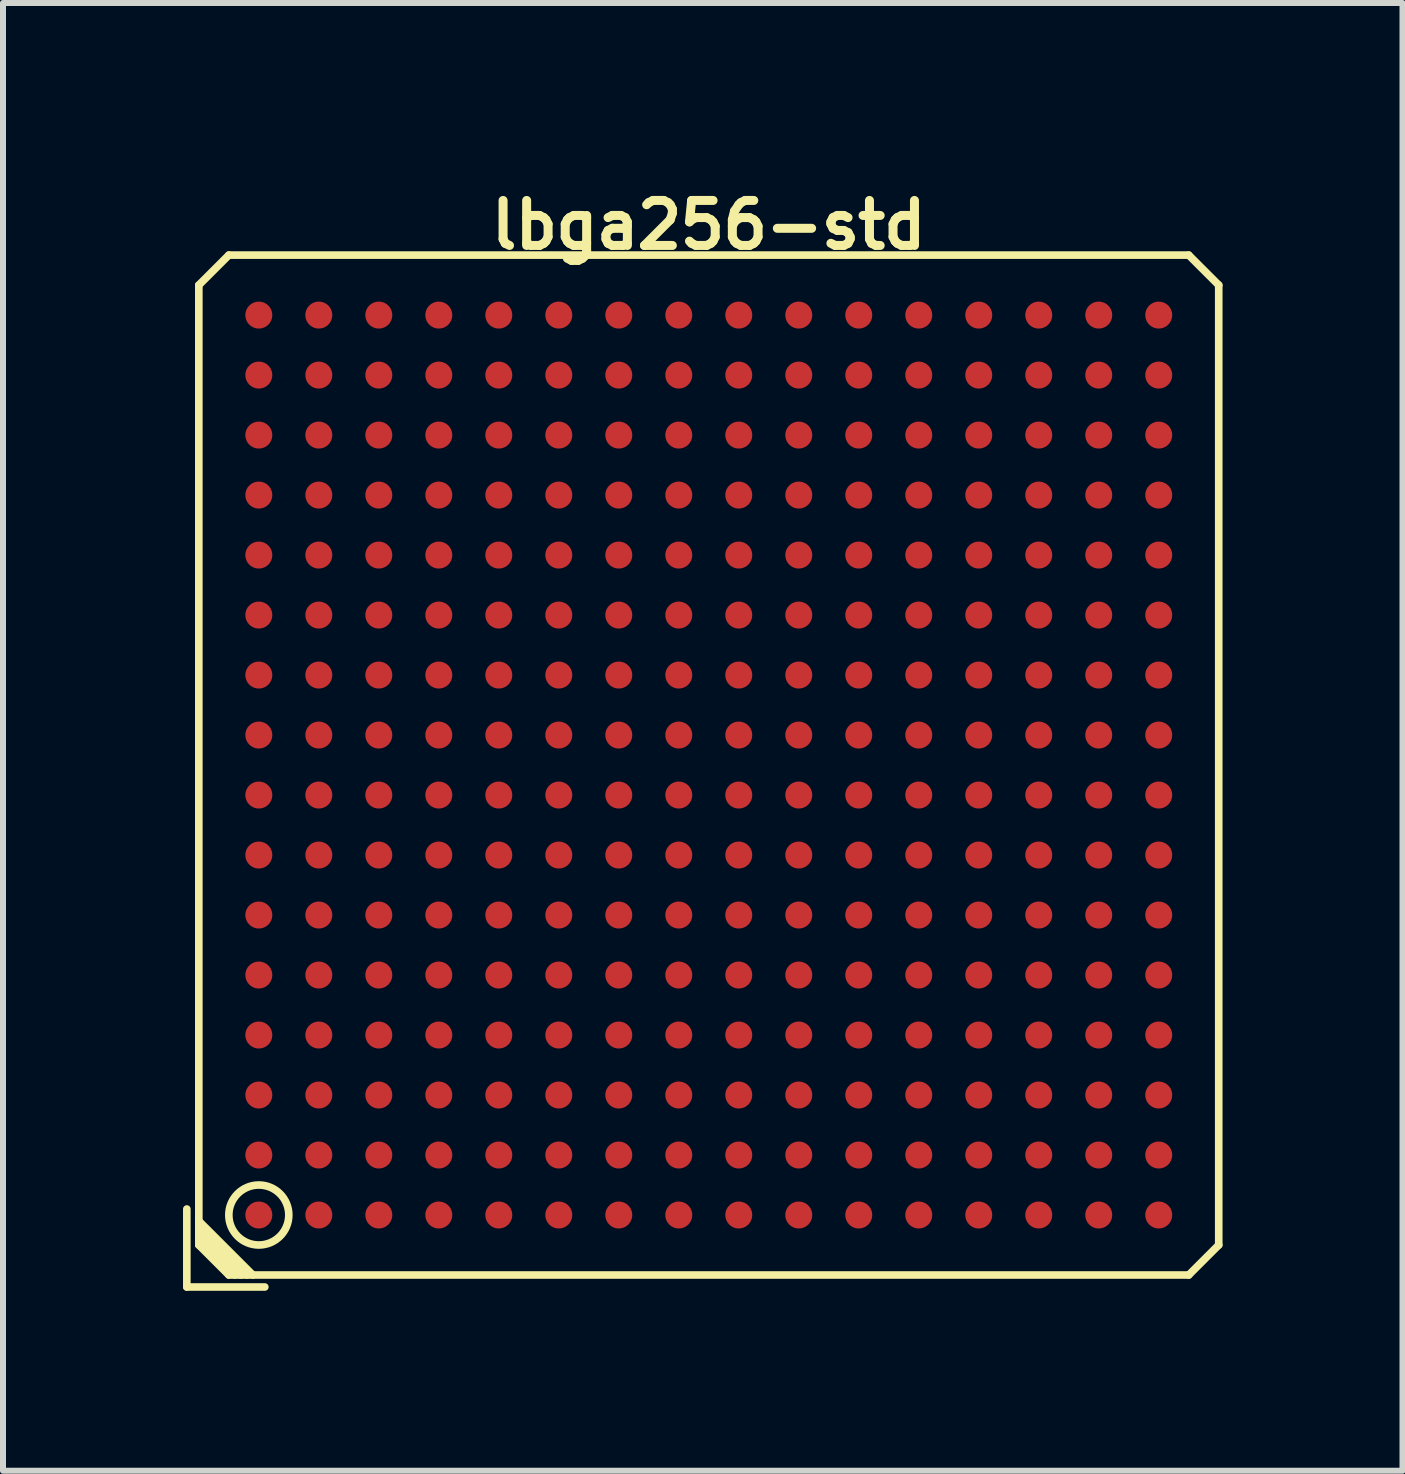
<source format=kicad_pcb>
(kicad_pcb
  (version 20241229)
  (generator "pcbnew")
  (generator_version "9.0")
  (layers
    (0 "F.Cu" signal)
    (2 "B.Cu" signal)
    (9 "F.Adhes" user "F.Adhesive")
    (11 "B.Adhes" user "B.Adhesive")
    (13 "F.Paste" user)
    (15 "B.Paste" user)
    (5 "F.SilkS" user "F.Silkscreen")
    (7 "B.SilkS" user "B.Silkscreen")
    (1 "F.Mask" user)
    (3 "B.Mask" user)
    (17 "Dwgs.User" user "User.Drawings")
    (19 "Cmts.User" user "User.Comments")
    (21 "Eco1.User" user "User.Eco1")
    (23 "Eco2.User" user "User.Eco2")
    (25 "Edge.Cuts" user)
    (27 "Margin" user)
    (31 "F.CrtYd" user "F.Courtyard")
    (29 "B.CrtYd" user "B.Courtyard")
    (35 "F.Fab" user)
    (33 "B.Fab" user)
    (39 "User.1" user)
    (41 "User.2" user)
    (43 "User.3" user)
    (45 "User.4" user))
  (footprint "lbga256-std"
    (layer "F.Cu")
    (at 8.764 9.702)
    (property "Reference" "lbga256-std" (at 0 -9 0) (layer "F.SilkS") (effects (font (size 0.75 0.75) (thickness 0.15))))
    (attr through_hole)
    (fp_line (start -8.7 7.4) (end -8.7 8.7) (stroke (width 0.127) (type solid)) (layer "F.SilkS"))
    (fp_line (start -8.7 8.7) (end -7.4 8.7) (stroke (width 0.127) (type solid)) (layer "F.SilkS"))
    (fp_line (start -8.5 -8) (end -8.5 8) (stroke (width 0.127) (type solid)) (layer "F.SilkS"))
    (fp_line (start -8.5 -8) (end -8 -8.5) (stroke (width 0.127) (type solid)) (layer "F.SilkS"))
    (fp_line (start -8.5 7.7) (end -7.7 8.5) (stroke (width 0.127) (type solid)) (layer "F.SilkS"))
    (fp_line (start -8.5 7.9) (end -7.9 8.5) (stroke (width 0.127) (type solid)) (layer "F.SilkS"))
    (fp_line (start -8 8.5) (end -8.5 8) (stroke (width 0.127) (type solid)) (layer "F.SilkS"))
    (fp_line (start -8 8.5) (end 8 8.5) (stroke (width 0.127) (type solid)) (layer "F.SilkS"))
    (fp_line (start -7.8 8.5) (end -8.5 7.8) (stroke (width 0.127) (type solid)) (layer "F.SilkS"))
    (fp_line (start -7.6 8.5) (end -8.5 7.6) (stroke (width 0.127) (type solid)) (layer "F.SilkS"))
    (fp_line (start 8 -8.5) (end -8 -8.5) (stroke (width 0.127) (type solid)) (layer "F.SilkS"))
    (fp_line (start 8 -8.5) (end 8.5 -8) (stroke (width 0.127) (type solid)) (layer "F.SilkS"))
    (fp_line (start 8.5 8) (end 8 8.5) (stroke (width 0.127) (type solid)) (layer "F.SilkS"))
    (fp_line (start 8.5 8) (end 8.5 -8) (stroke (width 0.127) (type solid)) (layer "F.SilkS"))
    (fp_circle (center -7.5 7.5) (end -7.8 7.9) (stroke (width 0.127) (type solid)) (fill no) (layer "F.SilkS"))
    (pad "A1" smd circle (at -7.5 7.5 90) (size 0.45 0.45) (layers "F.Cu" "F.Mask" "F.Paste"))
    (pad "A2" smd circle (at -7.5 6.5 90) (size 0.45 0.45) (layers "F.Cu" "F.Mask" "F.Paste"))
    (pad "A3" smd circle (at -7.5 5.5 90) (size 0.45 0.45) (layers "F.Cu" "F.Mask" "F.Paste"))
    (pad "A4" smd circle (at -7.5 4.5 90) (size 0.45 0.45) (layers "F.Cu" "F.Mask" "F.Paste"))
    (pad "A5" smd circle (at -7.5 3.5 90) (size 0.45 0.45) (layers "F.Cu" "F.Mask" "F.Paste"))
    (pad "A6" smd circle (at -7.5 2.5 90) (size 0.45 0.45) (layers "F.Cu" "F.Mask" "F.Paste"))
    (pad "A7" smd circle (at -7.5 1.5 90) (size 0.45 0.45) (layers "F.Cu" "F.Mask" "F.Paste"))
    (pad "A8" smd circle (at -7.5 0.5 90) (size 0.45 0.45) (layers "F.Cu" "F.Mask" "F.Paste"))
    (pad "A9" smd circle (at -7.5 -0.5 90) (size 0.45 0.45) (layers "F.Cu" "F.Mask" "F.Paste"))
    (pad "A10" smd circle (at -7.5 -1.5 90) (size 0.45 0.45) (layers "F.Cu" "F.Mask" "F.Paste"))
    (pad "A11" smd circle (at -7.5 -2.5 90) (size 0.45 0.45) (layers "F.Cu" "F.Mask" "F.Paste"))
    (pad "A12" smd circle (at -7.5 -3.5 90) (size 0.45 0.45) (layers "F.Cu" "F.Mask" "F.Paste"))
    (pad "A13" smd circle (at -7.5 -4.5 90) (size 0.45 0.45) (layers "F.Cu" "F.Mask" "F.Paste"))
    (pad "A14" smd circle (at -7.5 -5.5 90) (size 0.45 0.45) (layers "F.Cu" "F.Mask" "F.Paste"))
    (pad "A15" smd circle (at -7.5 -6.5 90) (size 0.45 0.45) (layers "F.Cu" "F.Mask" "F.Paste"))
    (pad "A16" smd circle (at -7.5 -7.5 90) (size 0.45 0.45) (layers "F.Cu" "F.Mask" "F.Paste"))
    (pad "B1" smd circle (at -6.5 7.5 90) (size 0.45 0.45) (layers "F.Cu" "F.Mask" "F.Paste"))
    (pad "B2" smd circle (at -6.5 6.5 90) (size 0.45 0.45) (layers "F.Cu" "F.Mask" "F.Paste"))
    (pad "B3" smd circle (at -6.5 5.5 90) (size 0.45 0.45) (layers "F.Cu" "F.Mask" "F.Paste"))
    (pad "B4" smd circle (at -6.5 4.5 90) (size 0.45 0.45) (layers "F.Cu" "F.Mask" "F.Paste"))
    (pad "B5" smd circle (at -6.5 3.5 90) (size 0.45 0.45) (layers "F.Cu" "F.Mask" "F.Paste"))
    (pad "B6" smd circle (at -6.5 2.5 90) (size 0.45 0.45) (layers "F.Cu" "F.Mask" "F.Paste"))
    (pad "B7" smd circle (at -6.5 1.5 90) (size 0.45 0.45) (layers "F.Cu" "F.Mask" "F.Paste"))
    (pad "B8" smd circle (at -6.5 0.5 90) (size 0.45 0.45) (layers "F.Cu" "F.Mask" "F.Paste"))
    (pad "B9" smd circle (at -6.5 -0.5 90) (size 0.45 0.45) (layers "F.Cu" "F.Mask" "F.Paste"))
    (pad "B10" smd circle (at -6.5 -1.5 90) (size 0.45 0.45) (layers "F.Cu" "F.Mask" "F.Paste"))
    (pad "B11" smd circle (at -6.5 -2.5 90) (size 0.45 0.45) (layers "F.Cu" "F.Mask" "F.Paste"))
    (pad "B12" smd circle (at -6.5 -3.5 90) (size 0.45 0.45) (layers "F.Cu" "F.Mask" "F.Paste"))
    (pad "B13" smd circle (at -6.5 -4.5 90) (size 0.45 0.45) (layers "F.Cu" "F.Mask" "F.Paste"))
    (pad "B14" smd circle (at -6.5 -5.5 90) (size 0.45 0.45) (layers "F.Cu" "F.Mask" "F.Paste"))
    (pad "B15" smd circle (at -6.5 -6.5 90) (size 0.45 0.45) (layers "F.Cu" "F.Mask" "F.Paste"))
    (pad "B16" smd circle (at -6.5 -7.5 90) (size 0.45 0.45) (layers "F.Cu" "F.Mask" "F.Paste"))
    (pad "C1" smd circle (at -5.5 7.5 90) (size 0.45 0.45) (layers "F.Cu" "F.Mask" "F.Paste"))
    (pad "C2" smd circle (at -5.5 6.5 90) (size 0.45 0.45) (layers "F.Cu" "F.Mask" "F.Paste"))
    (pad "C3" smd circle (at -5.5 5.5 90) (size 0.45 0.45) (layers "F.Cu" "F.Mask" "F.Paste"))
    (pad "C4" smd circle (at -5.5 4.5 90) (size 0.45 0.45) (layers "F.Cu" "F.Mask" "F.Paste"))
    (pad "C5" smd circle (at -5.5 3.5 90) (size 0.45 0.45) (layers "F.Cu" "F.Mask" "F.Paste"))
    (pad "C6" smd circle (at -5.5 2.5 90) (size 0.45 0.45) (layers "F.Cu" "F.Mask" "F.Paste"))
    (pad "C7" smd circle (at -5.5 1.5 90) (size 0.45 0.45) (layers "F.Cu" "F.Mask" "F.Paste"))
    (pad "C8" smd circle (at -5.5 0.5 90) (size 0.45 0.45) (layers "F.Cu" "F.Mask" "F.Paste"))
    (pad "C9" smd circle (at -5.5 -0.5 90) (size 0.45 0.45) (layers "F.Cu" "F.Mask" "F.Paste"))
    (pad "C10" smd circle (at -5.5 -1.5 90) (size 0.45 0.45) (layers "F.Cu" "F.Mask" "F.Paste"))
    (pad "C11" smd circle (at -5.5 -2.5 90) (size 0.45 0.45) (layers "F.Cu" "F.Mask" "F.Paste"))
    (pad "C12" smd circle (at -5.5 -3.5 90) (size 0.45 0.45) (layers "F.Cu" "F.Mask" "F.Paste"))
    (pad "C13" smd circle (at -5.5 -4.5 90) (size 0.45 0.45) (layers "F.Cu" "F.Mask" "F.Paste"))
    (pad "C14" smd circle (at -5.5 -5.5 90) (size 0.45 0.45) (layers "F.Cu" "F.Mask" "F.Paste"))
    (pad "C15" smd circle (at -5.5 -6.5 90) (size 0.45 0.45) (layers "F.Cu" "F.Mask" "F.Paste"))
    (pad "C16" smd circle (at -5.5 -7.5 90) (size 0.45 0.45) (layers "F.Cu" "F.Mask" "F.Paste"))
    (pad "D1" smd circle (at -4.5 7.5 90) (size 0.45 0.45) (layers "F.Cu" "F.Mask" "F.Paste"))
    (pad "D2" smd circle (at -4.5 6.5 90) (size 0.45 0.45) (layers "F.Cu" "F.Mask" "F.Paste"))
    (pad "D3" smd circle (at -4.5 5.5 90) (size 0.45 0.45) (layers "F.Cu" "F.Mask" "F.Paste"))
    (pad "D4" smd circle (at -4.5 4.5 90) (size 0.45 0.45) (layers "F.Cu" "F.Mask" "F.Paste"))
    (pad "D5" smd circle (at -4.5 3.5 90) (size 0.45 0.45) (layers "F.Cu" "F.Mask" "F.Paste"))
    (pad "D6" smd circle (at -4.5 2.5 90) (size 0.45 0.45) (layers "F.Cu" "F.Mask" "F.Paste"))
    (pad "D7" smd circle (at -4.5 1.5 90) (size 0.45 0.45) (layers "F.Cu" "F.Mask" "F.Paste"))
    (pad "D8" smd circle (at -4.5 0.5 90) (size 0.45 0.45) (layers "F.Cu" "F.Mask" "F.Paste"))
    (pad "D9" smd circle (at -4.5 -0.5 90) (size 0.45 0.45) (layers "F.Cu" "F.Mask" "F.Paste"))
    (pad "D10" smd circle (at -4.5 -1.5 90) (size 0.45 0.45) (layers "F.Cu" "F.Mask" "F.Paste"))
    (pad "D11" smd circle (at -4.5 -2.5 90) (size 0.45 0.45) (layers "F.Cu" "F.Mask" "F.Paste"))
    (pad "D12" smd circle (at -4.5 -3.5 90) (size 0.45 0.45) (layers "F.Cu" "F.Mask" "F.Paste"))
    (pad "D13" smd circle (at -4.5 -4.5 90) (size 0.45 0.45) (layers "F.Cu" "F.Mask" "F.Paste"))
    (pad "D14" smd circle (at -4.5 -5.5 90) (size 0.45 0.45) (layers "F.Cu" "F.Mask" "F.Paste"))
    (pad "D15" smd circle (at -4.5 -6.5 90) (size 0.45 0.45) (layers "F.Cu" "F.Mask" "F.Paste"))
    (pad "D16" smd circle (at -4.5 -7.5 90) (size 0.45 0.45) (layers "F.Cu" "F.Mask" "F.Paste"))
    (pad "E1" smd circle (at -3.5 7.5 90) (size 0.45 0.45) (layers "F.Cu" "F.Mask" "F.Paste"))
    (pad "E2" smd circle (at -3.5 6.5 90) (size 0.45 0.45) (layers "F.Cu" "F.Mask" "F.Paste"))
    (pad "E3" smd circle (at -3.5 5.5 90) (size 0.45 0.45) (layers "F.Cu" "F.Mask" "F.Paste"))
    (pad "E4" smd circle (at -3.5 4.5 90) (size 0.45 0.45) (layers "F.Cu" "F.Mask" "F.Paste"))
    (pad "E5" smd circle (at -3.5 3.5 90) (size 0.45 0.45) (layers "F.Cu" "F.Mask" "F.Paste"))
    (pad "E6" smd circle (at -3.5 2.5 90) (size 0.45 0.45) (layers "F.Cu" "F.Mask" "F.Paste"))
    (pad "E7" smd circle (at -3.5 1.5 90) (size 0.45 0.45) (layers "F.Cu" "F.Mask" "F.Paste"))
    (pad "E8" smd circle (at -3.5 0.5 90) (size 0.45 0.45) (layers "F.Cu" "F.Mask" "F.Paste"))
    (pad "E9" smd circle (at -3.5 -0.5 90) (size 0.45 0.45) (layers "F.Cu" "F.Mask" "F.Paste"))
    (pad "E10" smd circle (at -3.5 -1.5 90) (size 0.45 0.45) (layers "F.Cu" "F.Mask" "F.Paste"))
    (pad "E11" smd circle (at -3.5 -2.5 90) (size 0.45 0.45) (layers "F.Cu" "F.Mask" "F.Paste"))
    (pad "E12" smd circle (at -3.5 -3.5 90) (size 0.45 0.45) (layers "F.Cu" "F.Mask" "F.Paste"))
    (pad "E13" smd circle (at -3.5 -4.5 90) (size 0.45 0.45) (layers "F.Cu" "F.Mask" "F.Paste"))
    (pad "E14" smd circle (at -3.5 -5.5 90) (size 0.45 0.45) (layers "F.Cu" "F.Mask" "F.Paste"))
    (pad "E15" smd circle (at -3.5 -6.5 90) (size 0.45 0.45) (layers "F.Cu" "F.Mask" "F.Paste"))
    (pad "E16" smd circle (at -3.5 -7.5 90) (size 0.45 0.45) (layers "F.Cu" "F.Mask" "F.Paste"))
    (pad "F1" smd circle (at -2.5 7.5 90) (size 0.45 0.45) (layers "F.Cu" "F.Mask" "F.Paste"))
    (pad "F2" smd circle (at -2.5 6.5 90) (size 0.45 0.45) (layers "F.Cu" "F.Mask" "F.Paste"))
    (pad "F3" smd circle (at -2.5 5.5 90) (size 0.45 0.45) (layers "F.Cu" "F.Mask" "F.Paste"))
    (pad "F4" smd circle (at -2.5 4.5 90) (size 0.45 0.45) (layers "F.Cu" "F.Mask" "F.Paste"))
    (pad "F5" smd circle (at -2.5 3.5 90) (size 0.45 0.45) (layers "F.Cu" "F.Mask" "F.Paste"))
    (pad "F6" smd circle (at -2.5 2.5 90) (size 0.45 0.45) (layers "F.Cu" "F.Mask" "F.Paste"))
    (pad "F7" smd circle (at -2.5 1.5 90) (size 0.45 0.45) (layers "F.Cu" "F.Mask" "F.Paste"))
    (pad "F8" smd circle (at -2.5 0.5 90) (size 0.45 0.45) (layers "F.Cu" "F.Mask" "F.Paste"))
    (pad "F9" smd circle (at -2.5 -0.5 90) (size 0.45 0.45) (layers "F.Cu" "F.Mask" "F.Paste"))
    (pad "F10" smd circle (at -2.5 -1.5 90) (size 0.45 0.45) (layers "F.Cu" "F.Mask" "F.Paste"))
    (pad "F11" smd circle (at -2.5 -2.5 90) (size 0.45 0.45) (layers "F.Cu" "F.Mask" "F.Paste"))
    (pad "F12" smd circle (at -2.5 -3.5 90) (size 0.45 0.45) (layers "F.Cu" "F.Mask" "F.Paste"))
    (pad "F13" smd circle (at -2.5 -4.5 90) (size 0.45 0.45) (layers "F.Cu" "F.Mask" "F.Paste"))
    (pad "F14" smd circle (at -2.5 -5.5 90) (size 0.45 0.45) (layers "F.Cu" "F.Mask" "F.Paste"))
    (pad "F15" smd circle (at -2.5 -6.5 90) (size 0.45 0.45) (layers "F.Cu" "F.Mask" "F.Paste"))
    (pad "F16" smd circle (at -2.5 -7.5 90) (size 0.45 0.45) (layers "F.Cu" "F.Mask" "F.Paste"))
    (pad "G1" smd circle (at -1.5 7.5 90) (size 0.45 0.45) (layers "F.Cu" "F.Mask" "F.Paste"))
    (pad "G2" smd circle (at -1.5 6.5 90) (size 0.45 0.45) (layers "F.Cu" "F.Mask" "F.Paste"))
    (pad "G3" smd circle (at -1.5 5.5 90) (size 0.45 0.45) (layers "F.Cu" "F.Mask" "F.Paste"))
    (pad "G4" smd circle (at -1.5 4.5 90) (size 0.45 0.45) (layers "F.Cu" "F.Mask" "F.Paste"))
    (pad "G5" smd circle (at -1.5 3.5 90) (size 0.45 0.45) (layers "F.Cu" "F.Mask" "F.Paste"))
    (pad "G6" smd circle (at -1.5 2.5 90) (size 0.45 0.45) (layers "F.Cu" "F.Mask" "F.Paste"))
    (pad "G7" smd circle (at -1.5 1.5 90) (size 0.45 0.45) (layers "F.Cu" "F.Mask" "F.Paste"))
    (pad "G8" smd circle (at -1.5 0.5 90) (size 0.45 0.45) (layers "F.Cu" "F.Mask" "F.Paste"))
    (pad "G9" smd circle (at -1.5 -0.5 90) (size 0.45 0.45) (layers "F.Cu" "F.Mask" "F.Paste"))
    (pad "G10" smd circle (at -1.5 -1.5 90) (size 0.45 0.45) (layers "F.Cu" "F.Mask" "F.Paste"))
    (pad "G11" smd circle (at -1.5 -2.5 90) (size 0.45 0.45) (layers "F.Cu" "F.Mask" "F.Paste"))
    (pad "G12" smd circle (at -1.5 -3.5 90) (size 0.45 0.45) (layers "F.Cu" "F.Mask" "F.Paste"))
    (pad "G13" smd circle (at -1.5 -4.5 90) (size 0.45 0.45) (layers "F.Cu" "F.Mask" "F.Paste"))
    (pad "G14" smd circle (at -1.5 -5.5 90) (size 0.45 0.45) (layers "F.Cu" "F.Mask" "F.Paste"))
    (pad "G15" smd circle (at -1.5 -6.5 90) (size 0.45 0.45) (layers "F.Cu" "F.Mask" "F.Paste"))
    (pad "G16" smd circle (at -1.5 -7.5 90) (size 0.45 0.45) (layers "F.Cu" "F.Mask" "F.Paste"))
    (pad "H1" smd circle (at -0.5 7.5 90) (size 0.45 0.45) (layers "F.Cu" "F.Mask" "F.Paste"))
    (pad "H2" smd circle (at -0.5 6.5 90) (size 0.45 0.45) (layers "F.Cu" "F.Mask" "F.Paste"))
    (pad "H3" smd circle (at -0.5 5.5 90) (size 0.45 0.45) (layers "F.Cu" "F.Mask" "F.Paste"))
    (pad "H4" smd circle (at -0.5 4.5 90) (size 0.45 0.45) (layers "F.Cu" "F.Mask" "F.Paste"))
    (pad "H5" smd circle (at -0.5 3.5 90) (size 0.45 0.45) (layers "F.Cu" "F.Mask" "F.Paste"))
    (pad "H6" smd circle (at -0.5 2.5 90) (size 0.45 0.45) (layers "F.Cu" "F.Mask" "F.Paste"))
    (pad "H7" smd circle (at -0.5 1.5 90) (size 0.45 0.45) (layers "F.Cu" "F.Mask" "F.Paste"))
    (pad "H8" smd circle (at -0.5 0.5 90) (size 0.45 0.45) (layers "F.Cu" "F.Mask" "F.Paste"))
    (pad "H9" smd circle (at -0.5 -0.5 90) (size 0.45 0.45) (layers "F.Cu" "F.Mask" "F.Paste"))
    (pad "H10" smd circle (at -0.5 -1.5 90) (size 0.45 0.45) (layers "F.Cu" "F.Mask" "F.Paste"))
    (pad "H11" smd circle (at -0.5 -2.5 90) (size 0.45 0.45) (layers "F.Cu" "F.Mask" "F.Paste"))
    (pad "H12" smd circle (at -0.5 -3.5 90) (size 0.45 0.45) (layers "F.Cu" "F.Mask" "F.Paste"))
    (pad "H13" smd circle (at -0.5 -4.5 90) (size 0.45 0.45) (layers "F.Cu" "F.Mask" "F.Paste"))
    (pad "H14" smd circle (at -0.5 -5.5 90) (size 0.45 0.45) (layers "F.Cu" "F.Mask" "F.Paste"))
    (pad "H15" smd circle (at -0.5 -6.5 90) (size 0.45 0.45) (layers "F.Cu" "F.Mask" "F.Paste"))
    (pad "H16" smd circle (at -0.5 -7.5 90) (size 0.45 0.45) (layers "F.Cu" "F.Mask" "F.Paste"))
    (pad "J1" smd circle (at 0.5 7.5 90) (size 0.45 0.45) (layers "F.Cu" "F.Mask" "F.Paste"))
    (pad "J2" smd circle (at 0.5 6.5 90) (size 0.45 0.45) (layers "F.Cu" "F.Mask" "F.Paste"))
    (pad "J3" smd circle (at 0.5 5.5 90) (size 0.45 0.45) (layers "F.Cu" "F.Mask" "F.Paste"))
    (pad "J4" smd circle (at 0.5 4.5 90) (size 0.45 0.45) (layers "F.Cu" "F.Mask" "F.Paste"))
    (pad "J5" smd circle (at 0.5 3.5 90) (size 0.45 0.45) (layers "F.Cu" "F.Mask" "F.Paste"))
    (pad "J6" smd circle (at 0.5 2.5 90) (size 0.45 0.45) (layers "F.Cu" "F.Mask" "F.Paste"))
    (pad "J7" smd circle (at 0.5 1.5 90) (size 0.45 0.45) (layers "F.Cu" "F.Mask" "F.Paste"))
    (pad "J8" smd circle (at 0.5 0.5 90) (size 0.45 0.45) (layers "F.Cu" "F.Mask" "F.Paste"))
    (pad "J9" smd circle (at 0.5 -0.5 90) (size 0.45 0.45) (layers "F.Cu" "F.Mask" "F.Paste"))
    (pad "J10" smd circle (at 0.5 -1.5 90) (size 0.45 0.45) (layers "F.Cu" "F.Mask" "F.Paste"))
    (pad "J11" smd circle (at 0.5 -2.5 90) (size 0.45 0.45) (layers "F.Cu" "F.Mask" "F.Paste"))
    (pad "J12" smd circle (at 0.5 -3.5 90) (size 0.45 0.45) (layers "F.Cu" "F.Mask" "F.Paste"))
    (pad "J13" smd circle (at 0.5 -4.5 90) (size 0.45 0.45) (layers "F.Cu" "F.Mask" "F.Paste"))
    (pad "J14" smd circle (at 0.5 -5.5 90) (size 0.45 0.45) (layers "F.Cu" "F.Mask" "F.Paste"))
    (pad "J15" smd circle (at 0.5 -6.5 90) (size 0.45 0.45) (layers "F.Cu" "F.Mask" "F.Paste"))
    (pad "J16" smd circle (at 0.5 -7.5 90) (size 0.45 0.45) (layers "F.Cu" "F.Mask" "F.Paste"))
    (pad "K1" smd circle (at 1.5 7.5 90) (size 0.45 0.45) (layers "F.Cu" "F.Mask" "F.Paste"))
    (pad "K2" smd circle (at 1.5 6.5 90) (size 0.45 0.45) (layers "F.Cu" "F.Mask" "F.Paste"))
    (pad "K3" smd circle (at 1.5 5.5 90) (size 0.45 0.45) (layers "F.Cu" "F.Mask" "F.Paste"))
    (pad "K4" smd circle (at 1.5 4.5 90) (size 0.45 0.45) (layers "F.Cu" "F.Mask" "F.Paste"))
    (pad "K5" smd circle (at 1.5 3.5 90) (size 0.45 0.45) (layers "F.Cu" "F.Mask" "F.Paste"))
    (pad "K6" smd circle (at 1.5 2.5 90) (size 0.45 0.45) (layers "F.Cu" "F.Mask" "F.Paste"))
    (pad "K7" smd circle (at 1.5 1.5 90) (size 0.45 0.45) (layers "F.Cu" "F.Mask" "F.Paste"))
    (pad "K8" smd circle (at 1.5 0.5 90) (size 0.45 0.45) (layers "F.Cu" "F.Mask" "F.Paste"))
    (pad "K9" smd circle (at 1.5 -0.5 90) (size 0.45 0.45) (layers "F.Cu" "F.Mask" "F.Paste"))
    (pad "K10" smd circle (at 1.5 -1.5 90) (size 0.45 0.45) (layers "F.Cu" "F.Mask" "F.Paste"))
    (pad "K11" smd circle (at 1.5 -2.5 90) (size 0.45 0.45) (layers "F.Cu" "F.Mask" "F.Paste"))
    (pad "K12" smd circle (at 1.5 -3.5 90) (size 0.45 0.45) (layers "F.Cu" "F.Mask" "F.Paste"))
    (pad "K13" smd circle (at 1.5 -4.5 90) (size 0.45 0.45) (layers "F.Cu" "F.Mask" "F.Paste"))
    (pad "K14" smd circle (at 1.5 -5.5 90) (size 0.45 0.45) (layers "F.Cu" "F.Mask" "F.Paste"))
    (pad "K15" smd circle (at 1.5 -6.5 90) (size 0.45 0.45) (layers "F.Cu" "F.Mask" "F.Paste"))
    (pad "K16" smd circle (at 1.5 -7.5 90) (size 0.45 0.45) (layers "F.Cu" "F.Mask" "F.Paste"))
    (pad "L1" smd circle (at 2.5 7.5 90) (size 0.45 0.45) (layers "F.Cu" "F.Mask" "F.Paste"))
    (pad "L2" smd circle (at 2.5 6.5 90) (size 0.45 0.45) (layers "F.Cu" "F.Mask" "F.Paste"))
    (pad "L3" smd circle (at 2.5 5.5 90) (size 0.45 0.45) (layers "F.Cu" "F.Mask" "F.Paste"))
    (pad "L4" smd circle (at 2.5 4.5 90) (size 0.45 0.45) (layers "F.Cu" "F.Mask" "F.Paste"))
    (pad "L5" smd circle (at 2.5 3.5 90) (size 0.45 0.45) (layers "F.Cu" "F.Mask" "F.Paste"))
    (pad "L6" smd circle (at 2.5 2.5 90) (size 0.45 0.45) (layers "F.Cu" "F.Mask" "F.Paste"))
    (pad "L7" smd circle (at 2.5 1.5 90) (size 0.45 0.45) (layers "F.Cu" "F.Mask" "F.Paste"))
    (pad "L8" smd circle (at 2.5 0.5 90) (size 0.45 0.45) (layers "F.Cu" "F.Mask" "F.Paste"))
    (pad "L9" smd circle (at 2.5 -0.5 90) (size 0.45 0.45) (layers "F.Cu" "F.Mask" "F.Paste"))
    (pad "L10" smd circle (at 2.5 -1.5 90) (size 0.45 0.45) (layers "F.Cu" "F.Mask" "F.Paste"))
    (pad "L11" smd circle (at 2.5 -2.5 90) (size 0.45 0.45) (layers "F.Cu" "F.Mask" "F.Paste"))
    (pad "L12" smd circle (at 2.5 -3.5 90) (size 0.45 0.45) (layers "F.Cu" "F.Mask" "F.Paste"))
    (pad "L13" smd circle (at 2.5 -4.5 90) (size 0.45 0.45) (layers "F.Cu" "F.Mask" "F.Paste"))
    (pad "L14" smd circle (at 2.5 -5.5 90) (size 0.45 0.45) (layers "F.Cu" "F.Mask" "F.Paste"))
    (pad "L15" smd circle (at 2.5 -6.5 90) (size 0.45 0.45) (layers "F.Cu" "F.Mask" "F.Paste"))
    (pad "L16" smd circle (at 2.5 -7.5 90) (size 0.45 0.45) (layers "F.Cu" "F.Mask" "F.Paste"))
    (pad "M1" smd circle (at 3.5 7.5 90) (size 0.45 0.45) (layers "F.Cu" "F.Mask" "F.Paste"))
    (pad "M2" smd circle (at 3.5 6.5 90) (size 0.45 0.45) (layers "F.Cu" "F.Mask" "F.Paste"))
    (pad "M3" smd circle (at 3.5 5.5 90) (size 0.45 0.45) (layers "F.Cu" "F.Mask" "F.Paste"))
    (pad "M4" smd circle (at 3.5 4.5 90) (size 0.45 0.45) (layers "F.Cu" "F.Mask" "F.Paste"))
    (pad "M5" smd circle (at 3.5 3.5 90) (size 0.45 0.45) (layers "F.Cu" "F.Mask" "F.Paste"))
    (pad "M6" smd circle (at 3.5 2.5 90) (size 0.45 0.45) (layers "F.Cu" "F.Mask" "F.Paste"))
    (pad "M7" smd circle (at 3.5 1.5 90) (size 0.45 0.45) (layers "F.Cu" "F.Mask" "F.Paste"))
    (pad "M8" smd circle (at 3.5 0.5 90) (size 0.45 0.45) (layers "F.Cu" "F.Mask" "F.Paste"))
    (pad "M9" smd circle (at 3.5 -0.5 90) (size 0.45 0.45) (layers "F.Cu" "F.Mask" "F.Paste"))
    (pad "M10" smd circle (at 3.5 -1.5 90) (size 0.45 0.45) (layers "F.Cu" "F.Mask" "F.Paste"))
    (pad "M11" smd circle (at 3.5 -2.5 90) (size 0.45 0.45) (layers "F.Cu" "F.Mask" "F.Paste"))
    (pad "M12" smd circle (at 3.5 -3.5 90) (size 0.45 0.45) (layers "F.Cu" "F.Mask" "F.Paste"))
    (pad "M13" smd circle (at 3.5 -4.5 90) (size 0.45 0.45) (layers "F.Cu" "F.Mask" "F.Paste"))
    (pad "M14" smd circle (at 3.5 -5.5 90) (size 0.45 0.45) (layers "F.Cu" "F.Mask" "F.Paste"))
    (pad "M15" smd circle (at 3.5 -6.5 90) (size 0.45 0.45) (layers "F.Cu" "F.Mask" "F.Paste"))
    (pad "M16" smd circle (at 3.5 -7.5 90) (size 0.45 0.45) (layers "F.Cu" "F.Mask" "F.Paste"))
    (pad "N1" smd circle (at 4.5 7.5 90) (size 0.45 0.45) (layers "F.Cu" "F.Mask" "F.Paste"))
    (pad "N2" smd circle (at 4.5 6.5 90) (size 0.45 0.45) (layers "F.Cu" "F.Mask" "F.Paste"))
    (pad "N3" smd circle (at 4.5 5.5 90) (size 0.45 0.45) (layers "F.Cu" "F.Mask" "F.Paste"))
    (pad "N4" smd circle (at 4.5 4.5 90) (size 0.45 0.45) (layers "F.Cu" "F.Mask" "F.Paste"))
    (pad "N5" smd circle (at 4.5 3.5 90) (size 0.45 0.45) (layers "F.Cu" "F.Mask" "F.Paste"))
    (pad "N6" smd circle (at 4.5 2.5 90) (size 0.45 0.45) (layers "F.Cu" "F.Mask" "F.Paste"))
    (pad "N7" smd circle (at 4.5 1.5 90) (size 0.45 0.45) (layers "F.Cu" "F.Mask" "F.Paste"))
    (pad "N8" smd circle (at 4.5 0.5 90) (size 0.45 0.45) (layers "F.Cu" "F.Mask" "F.Paste"))
    (pad "N9" smd circle (at 4.5 -0.5 90) (size 0.45 0.45) (layers "F.Cu" "F.Mask" "F.Paste"))
    (pad "N10" smd circle (at 4.5 -1.5 90) (size 0.45 0.45) (layers "F.Cu" "F.Mask" "F.Paste"))
    (pad "N11" smd circle (at 4.5 -2.5 90) (size 0.45 0.45) (layers "F.Cu" "F.Mask" "F.Paste"))
    (pad "N12" smd circle (at 4.5 -3.5 90) (size 0.45 0.45) (layers "F.Cu" "F.Mask" "F.Paste"))
    (pad "N13" smd circle (at 4.5 -4.5 90) (size 0.45 0.45) (layers "F.Cu" "F.Mask" "F.Paste"))
    (pad "N14" smd circle (at 4.5 -5.5 90) (size 0.45 0.45) (layers "F.Cu" "F.Mask" "F.Paste"))
    (pad "N15" smd circle (at 4.5 -6.5 90) (size 0.45 0.45) (layers "F.Cu" "F.Mask" "F.Paste"))
    (pad "N16" smd circle (at 4.5 -7.5 90) (size 0.45 0.45) (layers "F.Cu" "F.Mask" "F.Paste"))
    (pad "P1" smd circle (at 5.5 7.5 90) (size 0.45 0.45) (layers "F.Cu" "F.Mask" "F.Paste"))
    (pad "P2" smd circle (at 5.5 6.5 90) (size 0.45 0.45) (layers "F.Cu" "F.Mask" "F.Paste"))
    (pad "P3" smd circle (at 5.5 5.5 90) (size 0.45 0.45) (layers "F.Cu" "F.Mask" "F.Paste"))
    (pad "P4" smd circle (at 5.5 4.5 90) (size 0.45 0.45) (layers "F.Cu" "F.Mask" "F.Paste"))
    (pad "P5" smd circle (at 5.5 3.5 90) (size 0.45 0.45) (layers "F.Cu" "F.Mask" "F.Paste"))
    (pad "P6" smd circle (at 5.5 2.5 90) (size 0.45 0.45) (layers "F.Cu" "F.Mask" "F.Paste"))
    (pad "P7" smd circle (at 5.5 1.5 90) (size 0.45 0.45) (layers "F.Cu" "F.Mask" "F.Paste"))
    (pad "P8" smd circle (at 5.5 0.5 90) (size 0.45 0.45) (layers "F.Cu" "F.Mask" "F.Paste"))
    (pad "P9" smd circle (at 5.5 -0.5 90) (size 0.45 0.45) (layers "F.Cu" "F.Mask" "F.Paste"))
    (pad "P10" smd circle (at 5.5 -1.5 90) (size 0.45 0.45) (layers "F.Cu" "F.Mask" "F.Paste"))
    (pad "P11" smd circle (at 5.5 -2.5 90) (size 0.45 0.45) (layers "F.Cu" "F.Mask" "F.Paste"))
    (pad "P12" smd circle (at 5.5 -3.5 90) (size 0.45 0.45) (layers "F.Cu" "F.Mask" "F.Paste"))
    (pad "P13" smd circle (at 5.5 -4.5 90) (size 0.45 0.45) (layers "F.Cu" "F.Mask" "F.Paste"))
    (pad "P14" smd circle (at 5.5 -5.5 90) (size 0.45 0.45) (layers "F.Cu" "F.Mask" "F.Paste"))
    (pad "P15" smd circle (at 5.5 -6.5 90) (size 0.45 0.45) (layers "F.Cu" "F.Mask" "F.Paste"))
    (pad "P16" smd circle (at 5.5 -7.5 90) (size 0.45 0.45) (layers "F.Cu" "F.Mask" "F.Paste"))
    (pad "R1" smd circle (at 6.5 7.5 90) (size 0.45 0.45) (layers "F.Cu" "F.Mask" "F.Paste"))
    (pad "R2" smd circle (at 6.5 6.5 90) (size 0.45 0.45) (layers "F.Cu" "F.Mask" "F.Paste"))
    (pad "R3" smd circle (at 6.5 5.5 90) (size 0.45 0.45) (layers "F.Cu" "F.Mask" "F.Paste"))
    (pad "R4" smd circle (at 6.5 4.5 90) (size 0.45 0.45) (layers "F.Cu" "F.Mask" "F.Paste"))
    (pad "R5" smd circle (at 6.5 3.5 90) (size 0.45 0.45) (layers "F.Cu" "F.Mask" "F.Paste"))
    (pad "R6" smd circle (at 6.5 2.5 90) (size 0.45 0.45) (layers "F.Cu" "F.Mask" "F.Paste"))
    (pad "R7" smd circle (at 6.5 1.5 90) (size 0.45 0.45) (layers "F.Cu" "F.Mask" "F.Paste"))
    (pad "R8" smd circle (at 6.5 0.5 90) (size 0.45 0.45) (layers "F.Cu" "F.Mask" "F.Paste"))
    (pad "R9" smd circle (at 6.5 -0.5 90) (size 0.45 0.45) (layers "F.Cu" "F.Mask" "F.Paste"))
    (pad "R10" smd circle (at 6.5 -1.5 90) (size 0.45 0.45) (layers "F.Cu" "F.Mask" "F.Paste"))
    (pad "R11" smd circle (at 6.5 -2.5 90) (size 0.45 0.45) (layers "F.Cu" "F.Mask" "F.Paste"))
    (pad "R12" smd circle (at 6.5 -3.5 90) (size 0.45 0.45) (layers "F.Cu" "F.Mask" "F.Paste"))
    (pad "R13" smd circle (at 6.5 -4.5 90) (size 0.45 0.45) (layers "F.Cu" "F.Mask" "F.Paste"))
    (pad "R14" smd circle (at 6.5 -5.5 90) (size 0.45 0.45) (layers "F.Cu" "F.Mask" "F.Paste"))
    (pad "R15" smd circle (at 6.5 -6.5 90) (size 0.45 0.45) (layers "F.Cu" "F.Mask" "F.Paste"))
    (pad "R16" smd circle (at 6.5 -7.5 90) (size 0.45 0.45) (layers "F.Cu" "F.Mask" "F.Paste"))
    (pad "T1" smd circle (at 7.5 7.5 90) (size 0.45 0.45) (layers "F.Cu" "F.Mask" "F.Paste"))
    (pad "T2" smd circle (at 7.5 6.5 90) (size 0.45 0.45) (layers "F.Cu" "F.Mask" "F.Paste"))
    (pad "T3" smd circle (at 7.5 5.5 90) (size 0.45 0.45) (layers "F.Cu" "F.Mask" "F.Paste"))
    (pad "T4" smd circle (at 7.5 4.5 90) (size 0.45 0.45) (layers "F.Cu" "F.Mask" "F.Paste"))
    (pad "T5" smd circle (at 7.5 3.5 90) (size 0.45 0.45) (layers "F.Cu" "F.Mask" "F.Paste"))
    (pad "T6" smd circle (at 7.5 2.5 90) (size 0.45 0.45) (layers "F.Cu" "F.Mask" "F.Paste"))
    (pad "T7" smd circle (at 7.5 1.5 90) (size 0.45 0.45) (layers "F.Cu" "F.Mask" "F.Paste"))
    (pad "T8" smd circle (at 7.5 0.5 90) (size 0.45 0.45) (layers "F.Cu" "F.Mask" "F.Paste"))
    (pad "T9" smd circle (at 7.5 -0.5 90) (size 0.45 0.45) (layers "F.Cu" "F.Mask" "F.Paste"))
    (pad "T10" smd circle (at 7.5 -1.5 90) (size 0.45 0.45) (layers "F.Cu" "F.Mask" "F.Paste"))
    (pad "T11" smd circle (at 7.5 -2.5 90) (size 0.45 0.45) (layers "F.Cu" "F.Mask" "F.Paste"))
    (pad "T12" smd circle (at 7.5 -3.5 90) (size 0.45 0.45) (layers "F.Cu" "F.Mask" "F.Paste"))
    (pad "T13" smd circle (at 7.5 -4.5 90) (size 0.45 0.45) (layers "F.Cu" "F.Mask" "F.Paste"))
    (pad "T14" smd circle (at 7.5 -5.5 90) (size 0.45 0.45) (layers "F.Cu" "F.Mask" "F.Paste"))
    (pad "T15" smd circle (at 7.5 -6.5 90) (size 0.45 0.45) (layers "F.Cu" "F.Mask" "F.Paste"))
    (pad "T16" smd circle (at 7.5 -7.5 90) (size 0.45 0.45) (layers "F.Cu" "F.Mask" "F.Paste")))
  (gr_rect
    (start -3 -3)
    (end 20.327 21.465)
    (stroke (width 0.1) (type default))
    (fill no)
    (layer "Edge.Cuts")))
</source>
